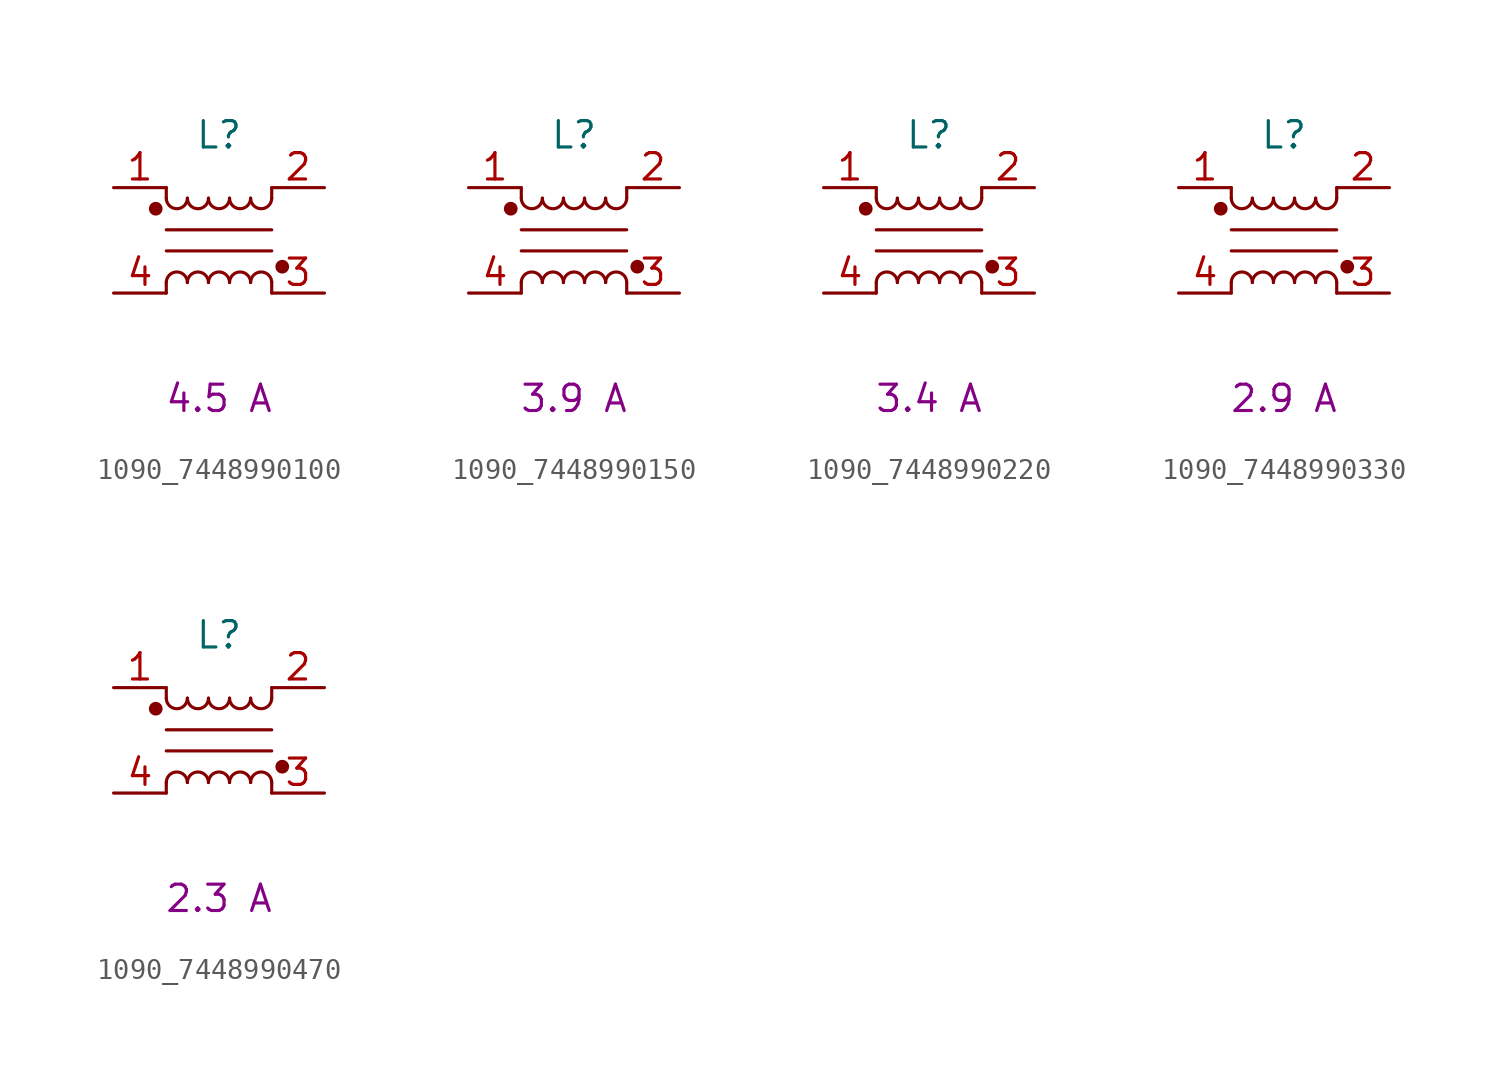
<source format=kicad_sym>
(kicad_symbol_lib
  (version 20220914)
  (generator kicad_symbol_editor)
  (symbol "1090_7448990100"
    (pin_names hide)
    (property "Reference" "L"
      (at 0 5.08 0)
      (effects (font (size 1.27 1.27))))
    (property "Critical Parameter" "4.5 A"
      (at 0 -7.62 0)
      (effects (font (size 1.27 1.27))))
    (symbol "1090_7448990100_0_1"
      (circle (center -3.048 1.524) (radius 0.254) (stroke (width 0) (type default)) (fill (type outline)))
      (arc (start -2.54 2.032) (mid -2.032 1.5262) (end -1.524 2.032) (stroke (width 0) (type default)) (fill (type none)))
      (arc (start -1.524 -2.032) (mid -2.032 -1.5262) (end -2.54 -2.032) (stroke (width 0) (type default)) (fill (type none)))
      (arc (start -1.524 2.032) (mid -1.016 1.5262) (end -0.508 2.032) (stroke (width 0) (type default)) (fill (type none)))
      (arc (start -0.508 -2.032) (mid -1.016 -1.5262) (end -1.524 -2.032) (stroke (width 0) (type default)) (fill (type none)))
      (arc (start -0.508 2.032) (mid 0 1.5262) (end 0.508 2.032) (stroke (width 0) (type default)) (fill (type none)))
      (polyline (pts (xy -2.54 -2.032) (xy -2.54 -2.54)) (stroke (width 0) (type default)) (fill (type none)))
      (polyline (pts (xy -2.54 0.508) (xy 2.54 0.508)) (stroke (width 0) (type default)) (fill (type none)))
      (polyline (pts (xy -2.54 2.032) (xy -2.54 2.54)) (stroke (width 0) (type default)) (fill (type none)))
      (polyline (pts (xy 2.54 -2.032) (xy 2.54 -2.54)) (stroke (width 0) (type default)) (fill (type none)))
      (polyline (pts (xy 2.54 -0.508) (xy -2.54 -0.508)) (stroke (width 0) (type default)) (fill (type none)))
      (polyline (pts (xy 2.54 2.54) (xy 2.54 2.032)) (stroke (width 0) (type default)) (fill (type none)))
      (arc (start 0.508 -2.032) (mid 0 -1.5262) (end -0.508 -2.032) (stroke (width 0) (type default)) (fill (type none)))
      (arc (start 0.508 2.032) (mid 1.016 1.5262) (end 1.524 2.032) (stroke (width 0) (type default)) (fill (type none)))
      (arc (start 1.524 -2.032) (mid 1.016 -1.5262) (end 0.508 -2.032) (stroke (width 0) (type default)) (fill (type none)))
      (arc (start 1.524 2.032) (mid 2.032 1.5262) (end 2.54 2.032) (stroke (width 0) (type default)) (fill (type none)))
      (arc (start 2.54 -2.032) (mid 2.032 -1.5262) (end 1.524 -2.032) (stroke (width 0) (type default)) (fill (type none)))
      (circle (center 3.048 -1.27) (radius 0.254) (stroke (width 0) (type default)) (fill (type outline))))
    (symbol "1090_7448990100_1_1"
      (pin passive line (at -5.08 2.54 0) (length 2.54) (name "1" (effects (font (size 1.27 1.27)))) (number "1" (effects (font (size 1.27 1.27)))))
      (pin passive line (at 5.08 2.54 180) (length 2.54) (name "2" (effects (font (size 1.27 1.27)))) (number "2" (effects (font (size 1.27 1.27)))))
      (pin passive line (at 5.08 -2.54 180) (length 2.54) (name "3" (effects (font (size 1.27 1.27)))) (number "3" (effects (font (size 1.27 1.27)))))
      (pin passive line (at -5.08 -2.54 0) (length 2.54) (name "4" (effects (font (size 1.27 1.27)))) (number "4" (effects (font (size 1.27 1.27)))))))
  (symbol "1090_7448990150"
    (pin_names hide)
    (property "Reference" "L"
      (at 0 5.08 0)
      (effects (font (size 1.27 1.27))))
    (property "Critical Parameter" "3.9 A"
      (at 0 -7.62 0)
      (effects (font (size 1.27 1.27))))
    (symbol "1090_7448990150_0_1"
      (circle (center -3.048 1.524) (radius 0.254) (stroke (width 0) (type default)) (fill (type outline)))
      (arc (start -2.54 2.032) (mid -2.032 1.5262) (end -1.524 2.032) (stroke (width 0) (type default)) (fill (type none)))
      (arc (start -1.524 -2.032) (mid -2.032 -1.5262) (end -2.54 -2.032) (stroke (width 0) (type default)) (fill (type none)))
      (arc (start -1.524 2.032) (mid -1.016 1.5262) (end -0.508 2.032) (stroke (width 0) (type default)) (fill (type none)))
      (arc (start -0.508 -2.032) (mid -1.016 -1.5262) (end -1.524 -2.032) (stroke (width 0) (type default)) (fill (type none)))
      (arc (start -0.508 2.032) (mid 0 1.5262) (end 0.508 2.032) (stroke (width 0) (type default)) (fill (type none)))
      (polyline (pts (xy -2.54 -2.032) (xy -2.54 -2.54)) (stroke (width 0) (type default)) (fill (type none)))
      (polyline (pts (xy -2.54 0.508) (xy 2.54 0.508)) (stroke (width 0) (type default)) (fill (type none)))
      (polyline (pts (xy -2.54 2.032) (xy -2.54 2.54)) (stroke (width 0) (type default)) (fill (type none)))
      (polyline (pts (xy 2.54 -2.032) (xy 2.54 -2.54)) (stroke (width 0) (type default)) (fill (type none)))
      (polyline (pts (xy 2.54 -0.508) (xy -2.54 -0.508)) (stroke (width 0) (type default)) (fill (type none)))
      (polyline (pts (xy 2.54 2.54) (xy 2.54 2.032)) (stroke (width 0) (type default)) (fill (type none)))
      (arc (start 0.508 -2.032) (mid 0 -1.5262) (end -0.508 -2.032) (stroke (width 0) (type default)) (fill (type none)))
      (arc (start 0.508 2.032) (mid 1.016 1.5262) (end 1.524 2.032) (stroke (width 0) (type default)) (fill (type none)))
      (arc (start 1.524 -2.032) (mid 1.016 -1.5262) (end 0.508 -2.032) (stroke (width 0) (type default)) (fill (type none)))
      (arc (start 1.524 2.032) (mid 2.032 1.5262) (end 2.54 2.032) (stroke (width 0) (type default)) (fill (type none)))
      (arc (start 2.54 -2.032) (mid 2.032 -1.5262) (end 1.524 -2.032) (stroke (width 0) (type default)) (fill (type none)))
      (circle (center 3.048 -1.27) (radius 0.254) (stroke (width 0) (type default)) (fill (type outline))))
    (symbol "1090_7448990150_1_1"
      (pin passive line (at -5.08 2.54 0) (length 2.54) (name "1" (effects (font (size 1.27 1.27)))) (number "1" (effects (font (size 1.27 1.27)))))
      (pin passive line (at 5.08 2.54 180) (length 2.54) (name "2" (effects (font (size 1.27 1.27)))) (number "2" (effects (font (size 1.27 1.27)))))
      (pin passive line (at 5.08 -2.54 180) (length 2.54) (name "3" (effects (font (size 1.27 1.27)))) (number "3" (effects (font (size 1.27 1.27)))))
      (pin passive line (at -5.08 -2.54 0) (length 2.54) (name "4" (effects (font (size 1.27 1.27)))) (number "4" (effects (font (size 1.27 1.27)))))))
  (symbol "1090_7448990220"
    (pin_names hide)
    (property "Reference" "L"
      (at 0 5.08 0)
      (effects (font (size 1.27 1.27))))
    (property "Critical Parameter" "3.4 A"
      (at 0 -7.62 0)
      (effects (font (size 1.27 1.27))))
    (symbol "1090_7448990220_0_1"
      (circle (center -3.048 1.524) (radius 0.254) (stroke (width 0) (type default)) (fill (type outline)))
      (arc (start -2.54 2.032) (mid -2.032 1.5262) (end -1.524 2.032) (stroke (width 0) (type default)) (fill (type none)))
      (arc (start -1.524 -2.032) (mid -2.032 -1.5262) (end -2.54 -2.032) (stroke (width 0) (type default)) (fill (type none)))
      (arc (start -1.524 2.032) (mid -1.016 1.5262) (end -0.508 2.032) (stroke (width 0) (type default)) (fill (type none)))
      (arc (start -0.508 -2.032) (mid -1.016 -1.5262) (end -1.524 -2.032) (stroke (width 0) (type default)) (fill (type none)))
      (arc (start -0.508 2.032) (mid 0 1.5262) (end 0.508 2.032) (stroke (width 0) (type default)) (fill (type none)))
      (polyline (pts (xy -2.54 -2.032) (xy -2.54 -2.54)) (stroke (width 0) (type default)) (fill (type none)))
      (polyline (pts (xy -2.54 0.508) (xy 2.54 0.508)) (stroke (width 0) (type default)) (fill (type none)))
      (polyline (pts (xy -2.54 2.032) (xy -2.54 2.54)) (stroke (width 0) (type default)) (fill (type none)))
      (polyline (pts (xy 2.54 -2.032) (xy 2.54 -2.54)) (stroke (width 0) (type default)) (fill (type none)))
      (polyline (pts (xy 2.54 -0.508) (xy -2.54 -0.508)) (stroke (width 0) (type default)) (fill (type none)))
      (polyline (pts (xy 2.54 2.54) (xy 2.54 2.032)) (stroke (width 0) (type default)) (fill (type none)))
      (arc (start 0.508 -2.032) (mid 0 -1.5262) (end -0.508 -2.032) (stroke (width 0) (type default)) (fill (type none)))
      (arc (start 0.508 2.032) (mid 1.016 1.5262) (end 1.524 2.032) (stroke (width 0) (type default)) (fill (type none)))
      (arc (start 1.524 -2.032) (mid 1.016 -1.5262) (end 0.508 -2.032) (stroke (width 0) (type default)) (fill (type none)))
      (arc (start 1.524 2.032) (mid 2.032 1.5262) (end 2.54 2.032) (stroke (width 0) (type default)) (fill (type none)))
      (arc (start 2.54 -2.032) (mid 2.032 -1.5262) (end 1.524 -2.032) (stroke (width 0) (type default)) (fill (type none)))
      (circle (center 3.048 -1.27) (radius 0.254) (stroke (width 0) (type default)) (fill (type outline))))
    (symbol "1090_7448990220_1_1"
      (pin passive line (at -5.08 2.54 0) (length 2.54) (name "1" (effects (font (size 1.27 1.27)))) (number "1" (effects (font (size 1.27 1.27)))))
      (pin passive line (at 5.08 2.54 180) (length 2.54) (name "2" (effects (font (size 1.27 1.27)))) (number "2" (effects (font (size 1.27 1.27)))))
      (pin passive line (at 5.08 -2.54 180) (length 2.54) (name "3" (effects (font (size 1.27 1.27)))) (number "3" (effects (font (size 1.27 1.27)))))
      (pin passive line (at -5.08 -2.54 0) (length 2.54) (name "4" (effects (font (size 1.27 1.27)))) (number "4" (effects (font (size 1.27 1.27)))))))
  (symbol "1090_7448990330"
    (pin_names hide)
    (property "Reference" "L"
      (at 0 5.08 0)
      (effects (font (size 1.27 1.27))))
    (property "Critical Parameter" "2.9 A"
      (at 0 -7.62 0)
      (effects (font (size 1.27 1.27))))
    (symbol "1090_7448990330_0_1"
      (circle (center -3.048 1.524) (radius 0.254) (stroke (width 0) (type default)) (fill (type outline)))
      (arc (start -2.54 2.032) (mid -2.032 1.5262) (end -1.524 2.032) (stroke (width 0) (type default)) (fill (type none)))
      (arc (start -1.524 -2.032) (mid -2.032 -1.5262) (end -2.54 -2.032) (stroke (width 0) (type default)) (fill (type none)))
      (arc (start -1.524 2.032) (mid -1.016 1.5262) (end -0.508 2.032) (stroke (width 0) (type default)) (fill (type none)))
      (arc (start -0.508 -2.032) (mid -1.016 -1.5262) (end -1.524 -2.032) (stroke (width 0) (type default)) (fill (type none)))
      (arc (start -0.508 2.032) (mid 0 1.5262) (end 0.508 2.032) (stroke (width 0) (type default)) (fill (type none)))
      (polyline (pts (xy -2.54 -2.032) (xy -2.54 -2.54)) (stroke (width 0) (type default)) (fill (type none)))
      (polyline (pts (xy -2.54 0.508) (xy 2.54 0.508)) (stroke (width 0) (type default)) (fill (type none)))
      (polyline (pts (xy -2.54 2.032) (xy -2.54 2.54)) (stroke (width 0) (type default)) (fill (type none)))
      (polyline (pts (xy 2.54 -2.032) (xy 2.54 -2.54)) (stroke (width 0) (type default)) (fill (type none)))
      (polyline (pts (xy 2.54 -0.508) (xy -2.54 -0.508)) (stroke (width 0) (type default)) (fill (type none)))
      (polyline (pts (xy 2.54 2.54) (xy 2.54 2.032)) (stroke (width 0) (type default)) (fill (type none)))
      (arc (start 0.508 -2.032) (mid 0 -1.5262) (end -0.508 -2.032) (stroke (width 0) (type default)) (fill (type none)))
      (arc (start 0.508 2.032) (mid 1.016 1.5262) (end 1.524 2.032) (stroke (width 0) (type default)) (fill (type none)))
      (arc (start 1.524 -2.032) (mid 1.016 -1.5262) (end 0.508 -2.032) (stroke (width 0) (type default)) (fill (type none)))
      (arc (start 1.524 2.032) (mid 2.032 1.5262) (end 2.54 2.032) (stroke (width 0) (type default)) (fill (type none)))
      (arc (start 2.54 -2.032) (mid 2.032 -1.5262) (end 1.524 -2.032) (stroke (width 0) (type default)) (fill (type none)))
      (circle (center 3.048 -1.27) (radius 0.254) (stroke (width 0) (type default)) (fill (type outline))))
    (symbol "1090_7448990330_1_1"
      (pin passive line (at -5.08 2.54 0) (length 2.54) (name "1" (effects (font (size 1.27 1.27)))) (number "1" (effects (font (size 1.27 1.27)))))
      (pin passive line (at 5.08 2.54 180) (length 2.54) (name "2" (effects (font (size 1.27 1.27)))) (number "2" (effects (font (size 1.27 1.27)))))
      (pin passive line (at 5.08 -2.54 180) (length 2.54) (name "3" (effects (font (size 1.27 1.27)))) (number "3" (effects (font (size 1.27 1.27)))))
      (pin passive line (at -5.08 -2.54 0) (length 2.54) (name "4" (effects (font (size 1.27 1.27)))) (number "4" (effects (font (size 1.27 1.27)))))))
  (symbol "1090_7448990470"
    (pin_names hide)
    (property "Reference" "L"
      (at 0 5.08 0)
      (effects (font (size 1.27 1.27))))
    (property "Critical Parameter" "2.3 A"
      (at 0 -7.62 0)
      (effects (font (size 1.27 1.27))))
    (symbol "1090_7448990470_0_1"
      (circle (center -3.048 1.524) (radius 0.254) (stroke (width 0) (type default)) (fill (type outline)))
      (arc (start -2.54 2.032) (mid -2.032 1.5262) (end -1.524 2.032) (stroke (width 0) (type default)) (fill (type none)))
      (arc (start -1.524 -2.032) (mid -2.032 -1.5262) (end -2.54 -2.032) (stroke (width 0) (type default)) (fill (type none)))
      (arc (start -1.524 2.032) (mid -1.016 1.5262) (end -0.508 2.032) (stroke (width 0) (type default)) (fill (type none)))
      (arc (start -0.508 -2.032) (mid -1.016 -1.5262) (end -1.524 -2.032) (stroke (width 0) (type default)) (fill (type none)))
      (arc (start -0.508 2.032) (mid 0 1.5262) (end 0.508 2.032) (stroke (width 0) (type default)) (fill (type none)))
      (polyline (pts (xy -2.54 -2.032) (xy -2.54 -2.54)) (stroke (width 0) (type default)) (fill (type none)))
      (polyline (pts (xy -2.54 0.508) (xy 2.54 0.508)) (stroke (width 0) (type default)) (fill (type none)))
      (polyline (pts (xy -2.54 2.032) (xy -2.54 2.54)) (stroke (width 0) (type default)) (fill (type none)))
      (polyline (pts (xy 2.54 -2.032) (xy 2.54 -2.54)) (stroke (width 0) (type default)) (fill (type none)))
      (polyline (pts (xy 2.54 -0.508) (xy -2.54 -0.508)) (stroke (width 0) (type default)) (fill (type none)))
      (polyline (pts (xy 2.54 2.54) (xy 2.54 2.032)) (stroke (width 0) (type default)) (fill (type none)))
      (arc (start 0.508 -2.032) (mid 0 -1.5262) (end -0.508 -2.032) (stroke (width 0) (type default)) (fill (type none)))
      (arc (start 0.508 2.032) (mid 1.016 1.5262) (end 1.524 2.032) (stroke (width 0) (type default)) (fill (type none)))
      (arc (start 1.524 -2.032) (mid 1.016 -1.5262) (end 0.508 -2.032) (stroke (width 0) (type default)) (fill (type none)))
      (arc (start 1.524 2.032) (mid 2.032 1.5262) (end 2.54 2.032) (stroke (width 0) (type default)) (fill (type none)))
      (arc (start 2.54 -2.032) (mid 2.032 -1.5262) (end 1.524 -2.032) (stroke (width 0) (type default)) (fill (type none)))
      (circle (center 3.048 -1.27) (radius 0.254) (stroke (width 0) (type default)) (fill (type outline))))
    (symbol "1090_7448990470_1_1"
      (pin passive line (at -5.08 2.54 0) (length 2.54) (name "1" (effects (font (size 1.27 1.27)))) (number "1" (effects (font (size 1.27 1.27)))))
      (pin passive line (at 5.08 2.54 180) (length 2.54) (name "2" (effects (font (size 1.27 1.27)))) (number "2" (effects (font (size 1.27 1.27)))))
      (pin passive line (at 5.08 -2.54 180) (length 2.54) (name "3" (effects (font (size 1.27 1.27)))) (number "3" (effects (font (size 1.27 1.27)))))
      (pin passive line (at -5.08 -2.54 0) (length 2.54) (name "4" (effects (font (size 1.27 1.27)))) (number "4" (effects (font (size 1.27 1.27))))))))
</source>
